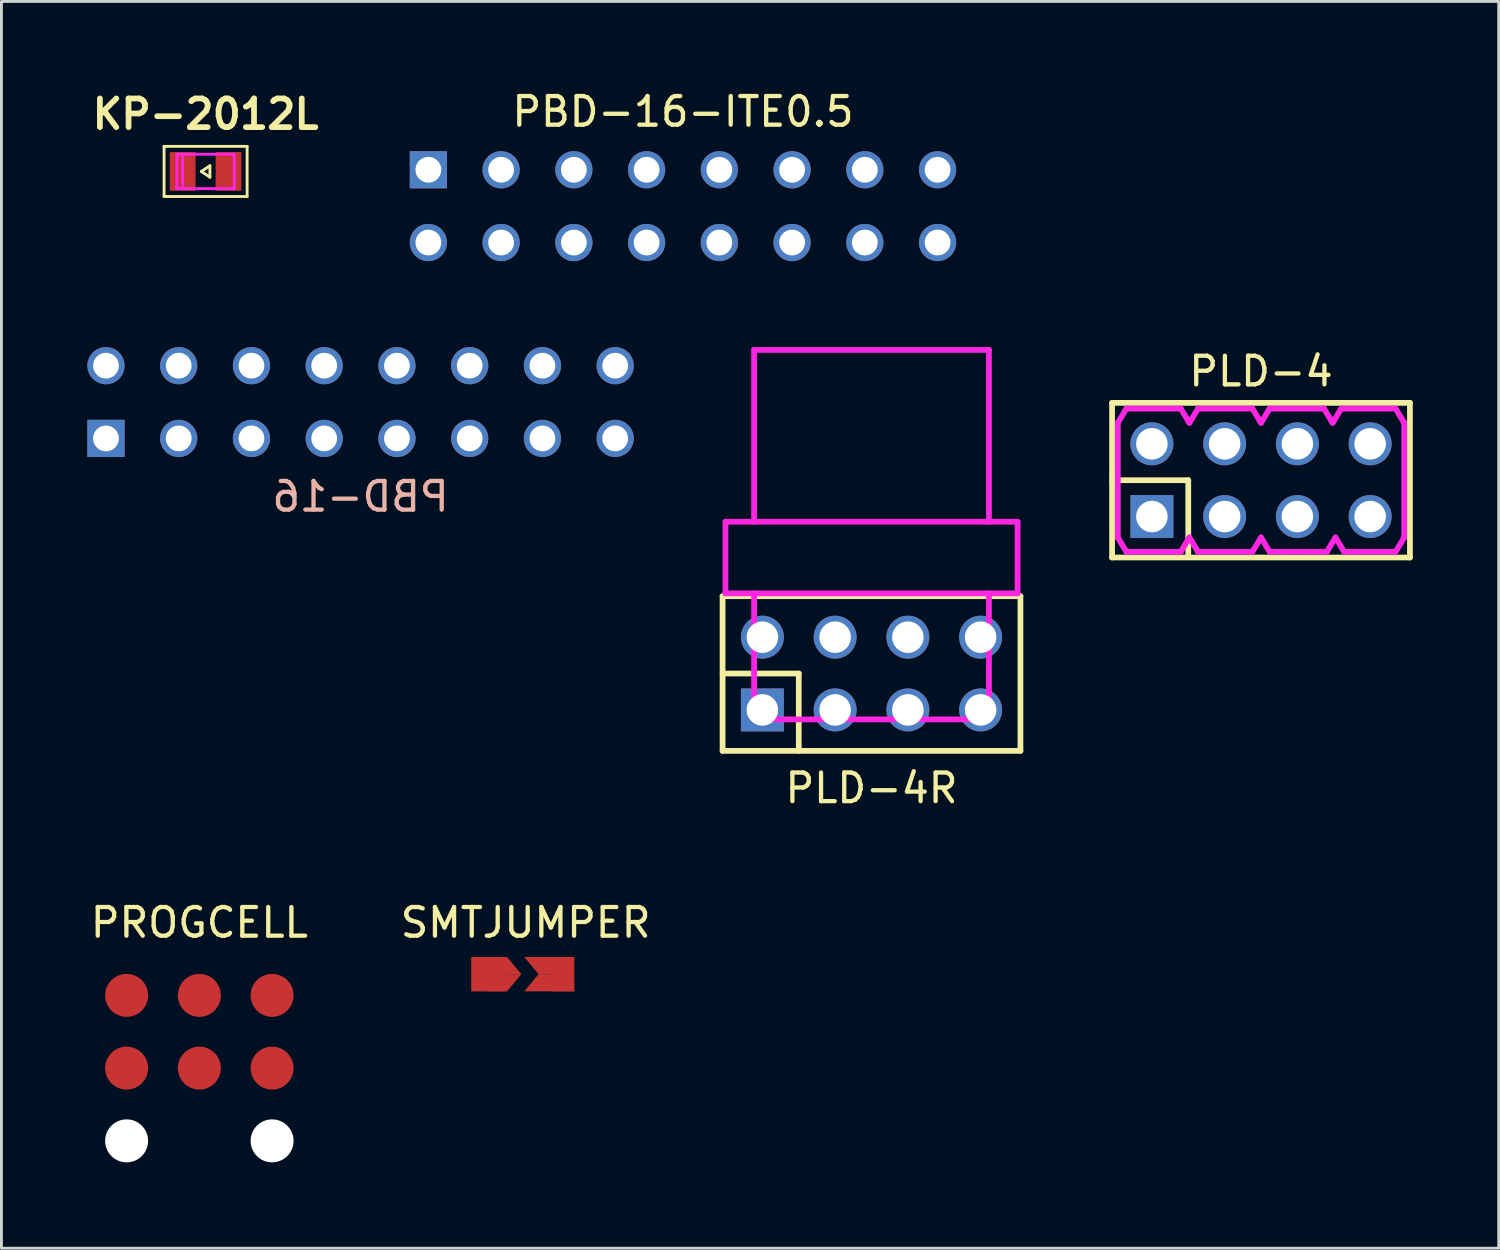
<source format=kicad_pcb>
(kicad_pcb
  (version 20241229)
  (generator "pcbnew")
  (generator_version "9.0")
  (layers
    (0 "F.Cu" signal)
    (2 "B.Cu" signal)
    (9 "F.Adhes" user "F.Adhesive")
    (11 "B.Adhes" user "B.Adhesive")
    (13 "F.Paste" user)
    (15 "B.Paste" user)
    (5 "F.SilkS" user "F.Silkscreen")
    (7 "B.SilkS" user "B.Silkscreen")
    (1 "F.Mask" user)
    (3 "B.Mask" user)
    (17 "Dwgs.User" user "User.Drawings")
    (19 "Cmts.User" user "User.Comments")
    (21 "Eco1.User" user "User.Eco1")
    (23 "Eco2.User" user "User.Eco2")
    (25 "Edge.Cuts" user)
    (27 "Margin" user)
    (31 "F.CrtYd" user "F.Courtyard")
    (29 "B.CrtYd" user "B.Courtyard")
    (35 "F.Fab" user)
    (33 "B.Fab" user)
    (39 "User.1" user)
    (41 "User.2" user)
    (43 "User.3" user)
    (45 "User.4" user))
  (footprint "KP-2012L"
    (layer "F.Cu")
    (at 4.129 2.936)
    (property "Reference" "KP-2012L" (at 0 -2 0) (layer "F.SilkS") (effects (font (size 1 1) (thickness 0.2))))
    (attr smd)
    (fp_line (start -1.45 -0.875) (end 1.45 -0.875) (stroke (width 0.1) (type solid)) (layer "F.SilkS"))
    (fp_line (start -1.45 0.875) (end -1.45 -0.875) (stroke (width 0.1) (type solid)) (layer "F.SilkS"))
    (fp_line (start -0.15 0) (end 0.15 -0.2) (stroke (width 0.1) (type solid)) (layer "F.SilkS"))
    (fp_line (start 0.15 -0.2) (end 0.15 0.2) (stroke (width 0.1) (type solid)) (layer "F.SilkS"))
    (fp_line (start 0.15 0.2) (end -0.15 0) (stroke (width 0.1) (type solid)) (layer "F.SilkS"))
    (fp_line (start 1.45 -0.875) (end 1.45 0.875) (stroke (width 0.1) (type solid)) (layer "F.SilkS"))
    (fp_line (start 1.45 0.875) (end -1.45 0.875) (stroke (width 0.1) (type solid)) (layer "F.SilkS"))
    (fp_line (start -1.19 -0.62) (end -0.59 -0.62) (stroke (width 0.1) (type solid)) (layer "F.Paste"))
    (fp_line (start -1.19 0.62) (end -1.19 -0.62) (stroke (width 0.1) (type solid)) (layer "F.Paste"))
    (fp_line (start -1.09 0.62) (end -1.09 -0.62) (stroke (width 0.1) (type solid)) (layer "F.Paste"))
    (fp_line (start -0.99 -0.62) (end -0.99 0.62) (stroke (width 0.1) (type solid)) (layer "F.Paste"))
    (fp_line (start -0.99 0) (end -0.59 0.62) (stroke (width 0.1) (type solid)) (layer "F.Paste"))
    (fp_line (start -0.89 -0.17) (end -0.89 -0.62) (stroke (width 0.1) (type solid)) (layer "F.Paste"))
    (fp_line (start -0.89 0.62) (end -0.89 -0.62) (stroke (width 0.1) (type solid)) (layer "F.Paste"))
    (fp_line (start -0.89 0.62) (end -0.89 0.17) (stroke (width 0.1) (type solid)) (layer "F.Paste"))
    (fp_line (start -0.79 -0.62) (end -0.79 -0.32) (stroke (width 0.1) (type solid)) (layer "F.Paste"))
    (fp_line (start -0.79 0.32) (end -0.79 0.62) (stroke (width 0.1) (type solid)) (layer "F.Paste"))
    (fp_line (start -0.79 0.62) (end -0.79 -0.62) (stroke (width 0.1) (type solid)) (layer "F.Paste"))
    (fp_line (start -0.69 -0.48) (end -0.69 -0.62) (stroke (width 0.1) (type solid)) (layer "F.Paste"))
    (fp_line (start -0.69 0.62) (end -0.69 0.48) (stroke (width 0.1) (type solid)) (layer "F.Paste"))
    (fp_line (start -0.59 -0.62) (end -0.99 0) (stroke (width 0.1) (type solid)) (layer "F.Paste"))
    (fp_line (start -0.59 0.62) (end -1.19 0.62) (stroke (width 0.1) (type solid)) (layer "F.Paste"))
    (fp_line (start 0.59 -0.62) (end 0.99 0) (stroke (width 0.1) (type solid)) (layer "F.Paste"))
    (fp_line (start 0.69 -0.48) (end 0.69 -0.62) (stroke (width 0.1) (type solid)) (layer "F.Paste"))
    (fp_line (start 0.69 0.62) (end 0.69 0.48) (stroke (width 0.1) (type solid)) (layer "F.Paste"))
    (fp_line (start 0.79 -0.62) (end 0.79 -0.32) (stroke (width 0.1) (type solid)) (layer "F.Paste"))
    (fp_line (start 0.79 0.32) (end 0.79 0.62) (stroke (width 0.1) (type solid)) (layer "F.Paste"))
    (fp_line (start 0.79 0.62) (end 0.79 -0.62) (stroke (width 0.1) (type solid)) (layer "F.Paste"))
    (fp_line (start 0.89 -0.17) (end 0.89 -0.62) (stroke (width 0.1) (type solid)) (layer "F.Paste"))
    (fp_line (start 0.89 0.62) (end 0.89 -0.62) (stroke (width 0.1) (type solid)) (layer "F.Paste"))
    (fp_line (start 0.89 0.62) (end 0.89 0.17) (stroke (width 0.1) (type solid)) (layer "F.Paste"))
    (fp_line (start 0.99 0) (end 0.59 0.62) (stroke (width 0.1) (type solid)) (layer "F.Paste"))
    (fp_line (start 0.99 0.62) (end 0.99 -0.62) (stroke (width 0.1) (type solid)) (layer "F.Paste"))
    (fp_line (start 1.09 0.62) (end 1.09 -0.62) (stroke (width 0.1) (type solid)) (layer "F.Paste"))
    (fp_line (start 1.19 -0.62) (end 0.59 -0.62) (stroke (width 0.1) (type solid)) (layer "F.Paste"))
    (fp_line (start 1.19 0.62) (end 0.59 0.62) (stroke (width 0.1) (type solid)) (layer "F.Paste"))
    (fp_line (start 1.19 0.62) (end 1.19 -0.62) (stroke (width 0.1) (type solid)) (layer "F.Paste"))
    (fp_line (start -1 -0.6) (end 1 -0.6) (stroke (width 0.1) (type solid)) (layer "F.CrtYd"))
    (fp_line (start -1 0.6) (end -1 -0.6) (stroke (width 0.1) (type solid)) (layer "F.CrtYd"))
    (fp_line (start -0.8 0.6) (end -0.8 -0.6) (stroke (width 0.1) (type solid)) (layer "F.CrtYd"))
    (fp_line (start 1 -0.6) (end 1 0.6) (stroke (width 0.1) (type solid)) (layer "F.CrtYd"))
    (fp_line (start 1 0.6) (end -1 0.6) (stroke (width 0.1) (type solid)) (layer "F.CrtYd"))
    (pad "1" smd rect (at 0.8 0) (size 0.9 1.35) (layers "F.Cu" "F.Mask"))
    (pad "2" smd rect (at -0.8 0) (size 0.9 1.35) (layers "F.Cu" "F.Mask")))
  (footprint "PBD-16-ITE0.5"
    (layer "F.Cu")
    (at 20.797 4.148)
    (property "Reference" "PBD-16-ITE0.5" (at 0 -3.3 0) (layer "F.SilkS") (effects (font (size 1 1) (thickness 0.15))))
    (attr through_hole)
    (pad "0" thru_hole circle (at -3.81 1.27) (size 1.3 1.3) (drill 0.9) (layers "*.Cu" "*.Mask"))
    (pad "0" thru_hole circle (at 8.89 1.27) (size 1.3 1.3) (drill 0.9) (layers "*.Cu" "*.Mask"))
    (pad "1" thru_hole circle (at 3.81 1.27) (size 1.3 1.3) (drill 0.9) (layers "*.Cu" "*.Mask"))
    (pad "2" thru_hole circle (at -1.27 1.27) (size 1.3 1.3) (drill 0.9) (layers "*.Cu" "*.Mask"))
    (pad "3" thru_hole circle (at 1.27 1.27) (size 1.3 1.3) (drill 0.9) (layers "*.Cu" "*.Mask"))
    (pad "4" thru_hole rect (at -8.89 -1.27) (size 1.3 1.3) (drill 0.9) (layers "*.Cu" "*.Mask"))
    (pad "5" thru_hole circle (at -8.89 1.27) (size 1.3 1.3) (drill 0.9) (layers "*.Cu" "*.Mask"))
    (pad "6" thru_hole circle (at -6.35 1.27) (size 1.3 1.3) (drill 0.9) (layers "*.Cu" "*.Mask"))
    (pad "7" thru_hole circle (at -6.35 -1.27) (size 1.3 1.3) (drill 0.9) (layers "*.Cu" "*.Mask"))
    (pad "7" thru_hole circle (at -3.81 -1.27) (size 1.3 1.3) (drill 0.9) (layers "*.Cu" "*.Mask"))
    (pad "7" thru_hole circle (at -1.27 -1.27) (size 1.3 1.3) (drill 0.9) (layers "*.Cu" "*.Mask"))
    (pad "8" thru_hole circle (at 1.27 -1.27) (size 1.3 1.3) (drill 0.9) (layers "*.Cu" "*.Mask"))
    (pad "8" thru_hole circle (at 3.81 -1.27) (size 1.3 1.3) (drill 0.9) (layers "*.Cu" "*.Mask"))
    (pad "8" thru_hole circle (at 6.35 -1.27) (size 1.3 1.3) (drill 0.9) (layers "*.Cu" "*.Mask"))
    (pad "8" thru_hole circle (at 8.89 -1.27) (size 1.3 1.3) (drill 0.9) (layers "*.Cu" "*.Mask"))
    (pad "9" thru_hole circle (at 6.35 1.27) (size 1.3 1.3) (drill 0.9) (layers "*.Cu" "*.Mask")))
  (footprint "PLD-4"
    (layer "F.Cu")
    (at 40.98 13.716)
    (property "Reference" "PLD-4" (at 0 -3.8 0) (layer "F.SilkS") (effects (font (size 1 1) (thickness 0.15))))
    (attr through_hole)
    (fp_line (start -5.2 -2.7) (end -5.2 2.7) (stroke (width 0.2) (type solid)) (layer "F.SilkS"))
    (fp_line (start -5.2 0) (end -2.54 0) (stroke (width 0.2) (type solid)) (layer "F.SilkS"))
    (fp_line (start -5.2 2.7) (end 5.2 2.7) (stroke (width 0.2) (type solid)) (layer "F.SilkS"))
    (fp_line (start -2.54 0) (end -2.54 2.6) (stroke (width 0.2) (type solid)) (layer "F.SilkS"))
    (fp_line (start 5.2 -2.7) (end -5.2 -2.7) (stroke (width 0.2) (type solid)) (layer "F.SilkS"))
    (fp_line (start 5.2 2.7) (end 5.2 -2.7) (stroke (width 0.2) (type solid)) (layer "F.SilkS"))
    (fp_line (start -5 -2) (end -5 2) (stroke (width 0.2) (type solid)) (layer "F.CrtYd"))
    (fp_line (start -5 2) (end -4.7 2.5) (stroke (width 0.2) (type solid)) (layer "F.CrtYd"))
    (fp_line (start -4.7 -2.5) (end -5 -2) (stroke (width 0.2) (type solid)) (layer "F.CrtYd"))
    (fp_line (start -4.7 2.5) (end -2.8 2.5) (stroke (width 0.2) (type solid)) (layer "F.CrtYd"))
    (fp_line (start -2.8 -2.5) (end -4.7 -2.5) (stroke (width 0.2) (type solid)) (layer "F.CrtYd"))
    (fp_line (start -2.8 -2.5) (end -2.5 -2) (stroke (width 0.2) (type solid)) (layer "F.CrtYd"))
    (fp_line (start -2.8 2.5) (end -2.5 2) (stroke (width 0.2) (type solid)) (layer "F.CrtYd"))
    (fp_line (start -2.5 -2) (end -2.2 -2.5) (stroke (width 0.2) (type solid)) (layer "F.CrtYd"))
    (fp_line (start -2.5 2) (end -2.2 2.5) (stroke (width 0.2) (type solid)) (layer "F.CrtYd"))
    (fp_line (start -2.2 2.5) (end -0.3 2.5) (stroke (width 0.2) (type solid)) (layer "F.CrtYd"))
    (fp_line (start -0.3 -2.5) (end -2.2 -2.5) (stroke (width 0.2) (type solid)) (layer "F.CrtYd"))
    (fp_line (start -0.3 -2.5) (end 0 -2) (stroke (width 0.2) (type solid)) (layer "F.CrtYd"))
    (fp_line (start -0.3 2.5) (end 0 2) (stroke (width 0.2) (type solid)) (layer "F.CrtYd"))
    (fp_line (start 0 -2) (end 0.3 -2.5) (stroke (width 0.2) (type solid)) (layer "F.CrtYd"))
    (fp_line (start 0 2) (end 0.3 2.5) (stroke (width 0.2) (type solid)) (layer "F.CrtYd"))
    (fp_line (start 0.3 2.5) (end 2.3 2.5) (stroke (width 0.2) (type solid)) (layer "F.CrtYd"))
    (fp_line (start 2.2 -2.5) (end 0.3 -2.5) (stroke (width 0.2) (type solid)) (layer "F.CrtYd"))
    (fp_line (start 2.2 -2.5) (end 2.5 -2) (stroke (width 0.2) (type solid)) (layer "F.CrtYd"))
    (fp_line (start 2.3 2.5) (end 2.6 2) (stroke (width 0.2) (type solid)) (layer "F.CrtYd"))
    (fp_line (start 2.5 -2) (end 2.8 -2.5) (stroke (width 0.2) (type solid)) (layer "F.CrtYd"))
    (fp_line (start 2.6 2) (end 2.9 2.5) (stroke (width 0.2) (type solid)) (layer "F.CrtYd"))
    (fp_line (start 2.8 -2.5) (end 4.7 -2.5) (stroke (width 0.2) (type solid)) (layer "F.CrtYd"))
    (fp_line (start 2.9 2.5) (end 4.7 2.5) (stroke (width 0.2) (type solid)) (layer "F.CrtYd"))
    (fp_line (start 4.7 2.5) (end 5 2) (stroke (width 0.2) (type solid)) (layer "F.CrtYd"))
    (fp_line (start 5 -2) (end 4.7 -2.5) (stroke (width 0.2) (type solid)) (layer "F.CrtYd"))
    (fp_line (start 5 2) (end 5 -2) (stroke (width 0.2) (type solid)) (layer "F.CrtYd"))
    (pad "1" thru_hole rect (at -3.81 1.27) (size 1.5 1.5) (drill 1.1) (layers "*.Cu" "*.Mask"))
    (pad "2" thru_hole circle (at -3.81 -1.27) (size 1.5 1.5) (drill 1.1) (layers "*.Cu" "*.Mask"))
    (pad "3" thru_hole circle (at -1.27 1.27) (size 1.5 1.5) (drill 1.1) (layers "*.Cu" "*.Mask"))
    (pad "4" thru_hole circle (at -1.27 -1.27) (size 1.5 1.5) (drill 1.1) (layers "*.Cu" "*.Mask"))
    (pad "5" thru_hole circle (at 1.27 1.27) (size 1.5 1.5) (drill 1.1) (layers "*.Cu" "*.Mask"))
    (pad "6" thru_hole circle (at 1.27 -1.27) (size 1.5 1.5) (drill 1.1) (layers "*.Cu" "*.Mask"))
    (pad "7" thru_hole circle (at 3.81 1.27) (size 1.5 1.5) (drill 1.1) (layers "*.Cu" "*.Mask"))
    (pad "8" thru_hole circle (at 3.81 -1.27) (size 1.5 1.5) (drill 1.1) (layers "*.Cu" "*.Mask")))
  (footprint "PBD-16"
    (layer "F.Cu")
    (at 9.54 10.988)
    (property "Reference" "PBD-16" (at 0 3.3 0) (layer "B.SilkS") (effects (font (size 1 1) (thickness 0.15)) (justify mirror)))
    (attr through_hole)
    (pad "1" thru_hole rect (at -8.89 1.27) (size 1.3 1.3) (drill 0.9) (layers "*.Cu" "*.Mask"))
    (pad "2" thru_hole circle (at -8.89 -1.27) (size 1.3 1.3) (drill 0.9) (layers "*.Cu" "*.Mask"))
    (pad "3" thru_hole circle (at -6.35 1.27) (size 1.3 1.3) (drill 0.9) (layers "*.Cu" "*.Mask"))
    (pad "4" thru_hole circle (at -6.35 -1.27) (size 1.3 1.3) (drill 0.9) (layers "*.Cu" "*.Mask"))
    (pad "5" thru_hole circle (at -3.81 1.27) (size 1.3 1.3) (drill 0.9) (layers "*.Cu" "*.Mask"))
    (pad "6" thru_hole circle (at -3.81 -1.27) (size 1.3 1.3) (drill 0.9) (layers "*.Cu" "*.Mask"))
    (pad "7" thru_hole circle (at -1.27 1.27) (size 1.3 1.3) (drill 0.9) (layers "*.Cu" "*.Mask"))
    (pad "8" thru_hole circle (at -1.27 -1.27) (size 1.3 1.3) (drill 0.9) (layers "*.Cu" "*.Mask"))
    (pad "9" thru_hole circle (at 1.27 1.27) (size 1.3 1.3) (drill 0.9) (layers "*.Cu" "*.Mask"))
    (pad "10" thru_hole circle (at 1.27 -1.27) (size 1.3 1.3) (drill 0.9) (layers "*.Cu" "*.Mask"))
    (pad "11" thru_hole circle (at 3.81 1.27) (size 1.3 1.3) (drill 0.9) (layers "*.Cu" "*.Mask"))
    (pad "12" thru_hole circle (at 3.81 -1.27) (size 1.3 1.3) (drill 0.9) (layers "*.Cu" "*.Mask"))
    (pad "13" thru_hole circle (at 6.35 1.27) (size 1.3 1.3) (drill 0.9) (layers "*.Cu" "*.Mask"))
    (pad "14" thru_hole circle (at 6.35 -1.27) (size 1.3 1.3) (drill 0.9) (layers "*.Cu" "*.Mask"))
    (pad "15" thru_hole circle (at 8.89 1.27) (size 1.3 1.3) (drill 0.9) (layers "*.Cu" "*.Mask"))
    (pad "16" thru_hole circle (at 8.89 -1.27) (size 1.3 1.3) (drill 0.9) (layers "*.Cu" "*.Mask")))
  (footprint "PLD-4R"
    (layer "F.Cu")
    (at 27.38 20.468)
    (property "Reference" "PLD-4R" (at 0 4 0) (layer "F.SilkS") (effects (font (size 1 1) (thickness 0.15))))
    (attr through_hole)
    (fp_line (start -5.2 -2.7) (end -5.2 2.7) (stroke (width 0.2) (type solid)) (layer "F.SilkS"))
    (fp_line (start -5.2 0) (end -2.54 0) (stroke (width 0.2) (type solid)) (layer "F.SilkS"))
    (fp_line (start -5.2 2.7) (end 5.2 2.7) (stroke (width 0.2) (type solid)) (layer "F.SilkS"))
    (fp_line (start -2.54 0) (end -2.54 2.7) (stroke (width 0.2) (type solid)) (layer "F.SilkS"))
    (fp_line (start 5.2 -2.7) (end -5.2 -2.7) (stroke (width 0.2) (type solid)) (layer "F.SilkS"))
    (fp_line (start 5.2 2.7) (end 5.2 -2.7) (stroke (width 0.2) (type solid)) (layer "F.SilkS"))
    (fp_line (start -5.1 -5.3) (end -5.1 -2.8) (stroke (width 0.2) (type solid)) (layer "F.CrtYd"))
    (fp_line (start -5.1 -5.3) (end 5.1 -5.3) (stroke (width 0.2) (type solid)) (layer "F.CrtYd"))
    (fp_line (start -4.1 -11.3) (end 4.1 -11.3) (stroke (width 0.2) (type solid)) (layer "F.CrtYd"))
    (fp_line (start -4.1 -5.3) (end -4.1 -11.3) (stroke (width 0.2) (type solid)) (layer "F.CrtYd"))
    (fp_line (start -4.1 -2.8) (end -4.1 1.6) (stroke (width 0.2) (type solid)) (layer "F.CrtYd"))
    (fp_line (start 4.1 -11.3) (end 4.1 -5.3) (stroke (width 0.2) (type solid)) (layer "F.CrtYd"))
    (fp_line (start 4.1 1.6) (end -4.1 1.6) (stroke (width 0.2) (type solid)) (layer "F.CrtYd"))
    (fp_line (start 4.1 1.6) (end 4.1 -2.8) (stroke (width 0.2) (type solid)) (layer "F.CrtYd"))
    (fp_line (start 5.1 -5.3) (end 5.1 -2.8) (stroke (width 0.2) (type solid)) (layer "F.CrtYd"))
    (fp_line (start 5.1 -2.8) (end -5.1 -2.8) (stroke (width 0.2) (type solid)) (layer "F.CrtYd"))
    (pad "1" thru_hole rect (at -3.81 1.27) (size 1.5 1.5) (drill 1.1) (layers "*.Cu" "*.Mask"))
    (pad "2" thru_hole circle (at -3.81 -1.27) (size 1.5 1.5) (drill 1.1) (layers "*.Cu" "*.Mask"))
    (pad "3" thru_hole circle (at -1.27 1.27) (size 1.5 1.5) (drill 1.1) (layers "*.Cu" "*.Mask"))
    (pad "4" thru_hole circle (at -1.27 -1.27) (size 1.5 1.5) (drill 1.1) (layers "*.Cu" "*.Mask"))
    (pad "5" thru_hole circle (at 1.27 1.27) (size 1.5 1.5) (drill 1.1) (layers "*.Cu" "*.Mask"))
    (pad "6" thru_hole circle (at 1.27 -1.27) (size 1.5 1.5) (drill 1.1) (layers "*.Cu" "*.Mask"))
    (pad "7" thru_hole circle (at 3.81 1.27) (size 1.5 1.5) (drill 1.1) (layers "*.Cu" "*.Mask"))
    (pad "8" thru_hole circle (at 3.81 -1.27) (size 1.5 1.5) (drill 1.1) (layers "*.Cu" "*.Mask")))
  (footprint "SMTJUMPER"
    (layer "F.Cu")
    (at 15.304 30.965)
    (property "Reference" "SMTJUMPER" (at 0 -1.8 0) (layer "F.SilkS") (effects (font (size 1 1) (thickness 0.15))))
    (attr through_hole)
    (fp_line (start 0.9 -0.7) (end -0.7 -0.7) (stroke (width 0.2) (type solid)) (layer "F.Mask"))
    (fp_line (start 0.9 -0.5) (end -0.7 -0.5) (stroke (width 0.2) (type solid)) (layer "F.Mask"))
    (fp_line (start 0.9 -0.3) (end -0.7 -0.3) (stroke (width 0.2) (type solid)) (layer "F.Mask"))
    (fp_line (start 0.9 -0.1) (end -0.7 -0.1) (stroke (width 0.2) (type solid)) (layer "F.Mask"))
    (fp_line (start 0.9 0.1) (end -0.7 0.1) (stroke (width 0.2) (type solid)) (layer "F.Mask"))
    (fp_line (start 0.9 0.3) (end -0.7 0.3) (stroke (width 0.2) (type solid)) (layer "F.Mask"))
    (fp_line (start 0.9 0.5) (end -0.7 0.5) (stroke (width 0.2) (type solid)) (layer "F.Mask"))
    (fp_line (start 0.9 0.7) (end -0.7 0.7) (stroke (width 0.2) (type solid)) (layer "F.Mask"))
    (pad "1" smd rect (at -1.3 0) (size 1.2 1.2) (layers "F.Cu" "F.Mask"))
    (pad "1" smd trapezoid (at -1 -0.3) (size 1.2 0.6) (rect_delta 0 0.5) (layers "F.Cu" "F.Mask"))
    (pad "1" smd trapezoid (at -1 0.3 180) (size 1.2 0.6) (rect_delta 0 0.5) (layers "F.Cu" "F.Mask"))
    (pad "2" smd trapezoid (at 0.8 -0.3 180) (size 1.2 0.6) (rect_delta 0 0.5) (layers "F.Cu" "F.Mask"))
    (pad "2" smd trapezoid (at 0.8 0.3) (size 1.2 0.6) (rect_delta 0 0.5) (layers "F.Cu" "F.Mask"))
    (pad "2" smd rect (at 1.3 0) (size 0.8 1.2) (layers "F.Cu" "F.Mask")))
  (footprint "PROGCELL"
    (layer "F.Cu")
    (at 3.911 34.245)
    (property "Reference" "PROGCELL" (at 0 -5.08 0) (layer "F.SilkS") (effects (font (size 1 1) (thickness 0.15))))
    (attr through_hole)
    (pad "" np_thru_hole circle (at -2.54 2.54) (size 1.5 1.5) (drill 1.5) (layers "*.Cu" "*.Mask"))
    (pad "" np_thru_hole circle (at 2.54 2.54) (size 1.5 1.5) (drill 1.5) (layers "*.Cu" "*.Mask"))
    (pad "1" smd circle (at -2.54 -2.54) (size 1.5 1.5) (layers "F.Cu" "F.Mask"))
    (pad "2" smd circle (at 0 -2.54) (size 1.5 1.5) (layers "F.Cu" "F.Mask"))
    (pad "3" smd circle (at 2.54 -2.54) (size 1.5 1.5) (layers "F.Cu" "F.Mask"))
    (pad "4" smd circle (at -2.54 0) (size 1.5 1.5) (layers "F.Cu" "F.Mask"))
    (pad "5" smd circle (at 0 0) (size 1.5 1.5) (layers "F.Cu" "F.Mask"))
    (pad "6" smd circle (at 2.54 0) (size 1.5 1.5) (layers "F.Cu" "F.Mask")))
  (gr_rect
    (start -3 -3)
    (end 49.28 40.535)
    (stroke (width 0.1) (type default))
    (fill no)
    (layer "Edge.Cuts")))
</source>
